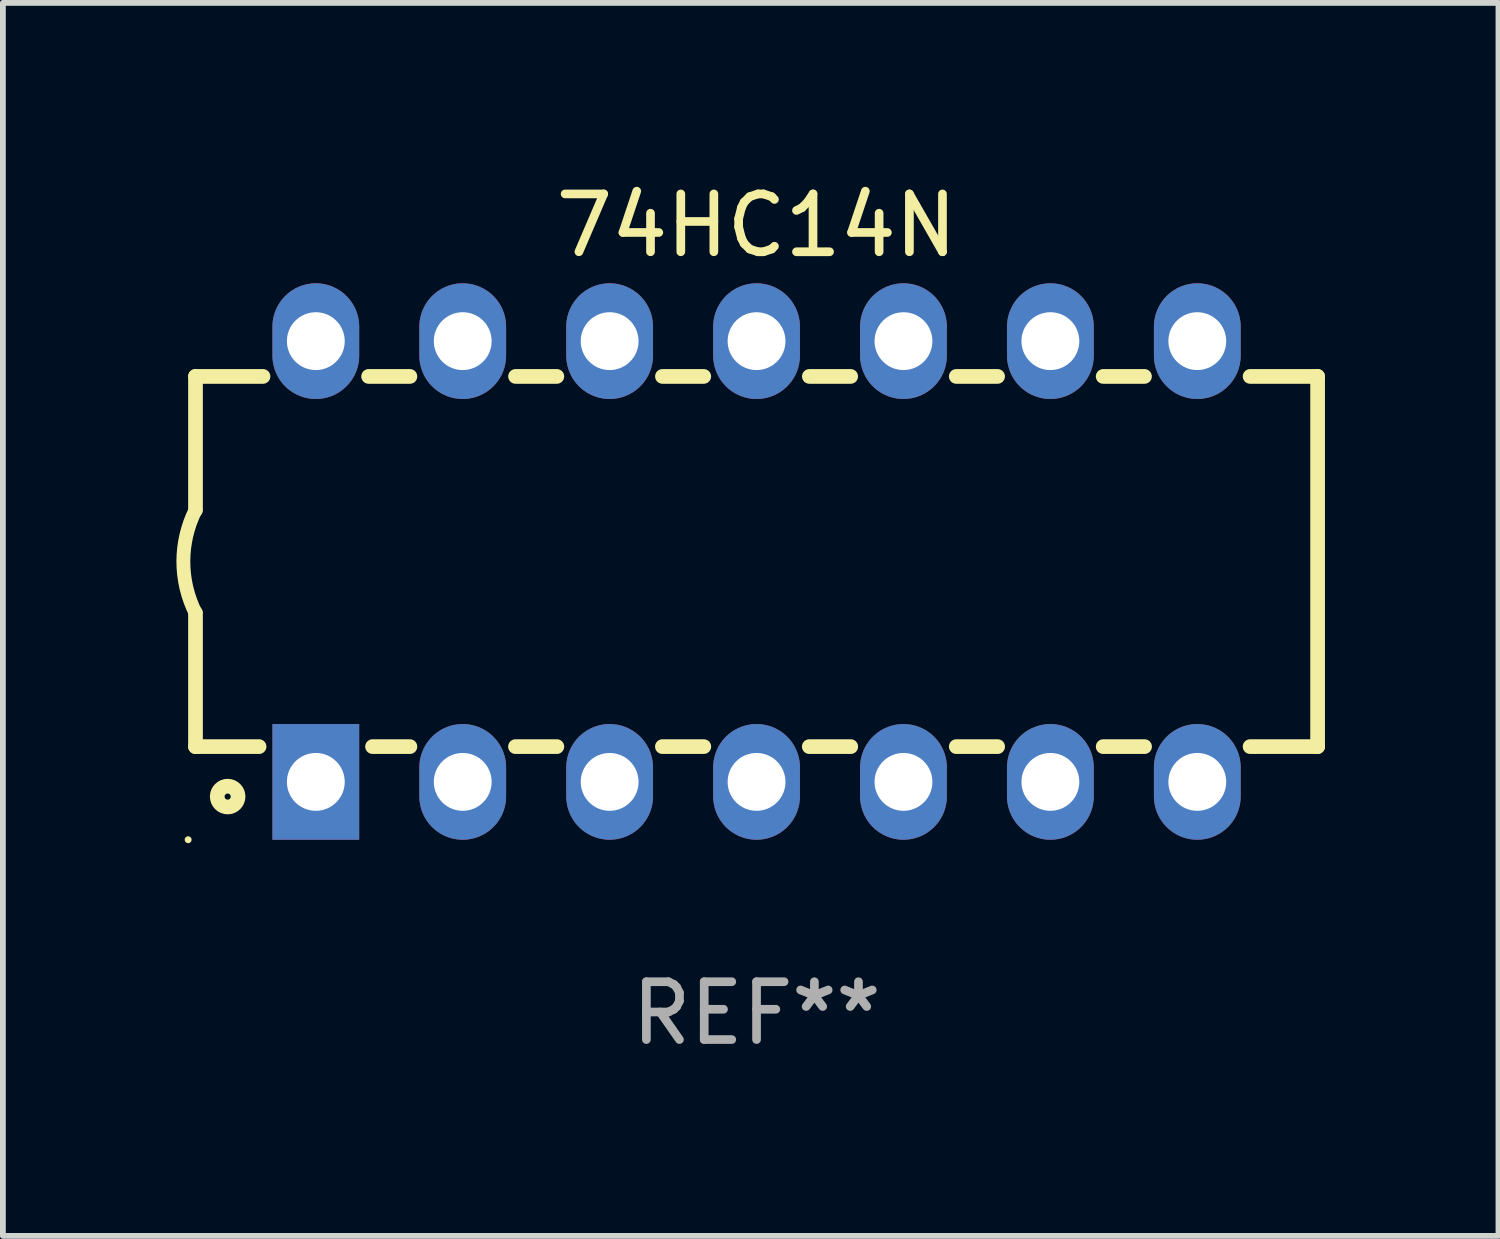
<source format=kicad_pcb>
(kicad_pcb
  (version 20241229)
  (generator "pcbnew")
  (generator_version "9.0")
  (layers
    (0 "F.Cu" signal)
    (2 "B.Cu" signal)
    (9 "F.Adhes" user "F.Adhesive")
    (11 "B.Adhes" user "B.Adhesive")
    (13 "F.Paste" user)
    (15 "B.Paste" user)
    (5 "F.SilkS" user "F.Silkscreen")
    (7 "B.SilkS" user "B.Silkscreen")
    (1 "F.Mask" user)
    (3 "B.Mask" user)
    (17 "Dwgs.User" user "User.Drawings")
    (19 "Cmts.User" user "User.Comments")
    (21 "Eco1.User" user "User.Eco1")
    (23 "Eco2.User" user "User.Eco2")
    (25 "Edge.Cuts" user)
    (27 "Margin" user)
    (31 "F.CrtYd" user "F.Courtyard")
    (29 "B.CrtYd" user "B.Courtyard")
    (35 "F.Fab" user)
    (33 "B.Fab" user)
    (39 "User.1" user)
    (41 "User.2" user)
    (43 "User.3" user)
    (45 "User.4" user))
  (footprint "74HC14N"
    (layer "F.Cu")
    (at 10.03 6.658)
    (property "Reference" "74HC14N" (at 0 -5.81 0) (layer "F.SilkS") (effects (font (size 1 1) (thickness 0.15))))
    (attr through_hole)
    (fp_line (start -9.7 -3.2) (end -9.7 -0.889) (stroke (width 0.254) (type solid)) (layer "F.SilkS"))
    (fp_line (start -9.7 -3.2) (end -8.533 -3.2) (stroke (width 0.254) (type solid)) (layer "F.SilkS"))
    (fp_line (start -9.7 3.2) (end -9.7 0.889) (stroke (width 0.254) (type solid)) (layer "F.SilkS"))
    (fp_line (start -9.7 3.2) (end -8.601 3.2) (stroke (width 0.254) (type solid)) (layer "F.SilkS"))
    (fp_line (start -6.707 -3.2) (end -5.993 -3.2) (stroke (width 0.254) (type solid)) (layer "F.SilkS"))
    (fp_line (start -6.639 3.2) (end -5.993 3.2) (stroke (width 0.254) (type solid)) (layer "F.SilkS"))
    (fp_line (start -4.168 3.2) (end -3.453 3.2) (stroke (width 0.254) (type solid)) (layer "F.SilkS"))
    (fp_line (start -4.167 -3.2) (end -3.453 -3.2) (stroke (width 0.254) (type solid)) (layer "F.SilkS"))
    (fp_line (start -1.628 3.2) (end -0.912 3.2) (stroke (width 0.254) (type solid)) (layer "F.SilkS"))
    (fp_line (start -1.627 -3.2) (end -0.913 -3.2) (stroke (width 0.254) (type solid)) (layer "F.SilkS"))
    (fp_line (start 0.912 3.2) (end 1.628 3.2) (stroke (width 0.254) (type solid)) (layer "F.SilkS"))
    (fp_line (start 0.913 -3.2) (end 1.627 -3.2) (stroke (width 0.254) (type solid)) (layer "F.SilkS"))
    (fp_line (start 3.453 3.2) (end 4.168 3.2) (stroke (width 0.254) (type solid)) (layer "F.SilkS"))
    (fp_line (start 3.453 -3.2) (end 4.167 -3.2) (stroke (width 0.254) (type solid)) (layer "F.SilkS"))
    (fp_line (start 5.993 3.2) (end 6.708 3.2) (stroke (width 0.254) (type solid)) (layer "F.SilkS"))
    (fp_line (start 5.993 -3.2) (end 6.707 -3.2) (stroke (width 0.254) (type solid)) (layer "F.SilkS"))
    (fp_line (start 8.533 3.2) (end 9.7 3.2) (stroke (width 0.254) (type solid)) (layer "F.SilkS"))
    (fp_line (start 8.533 -3.2) (end 9.7 -3.2) (stroke (width 0.254) (type solid)) (layer "F.SilkS"))
    (fp_line (start 9.7 3.2) (end 9.7 -3.2) (stroke (width 0.254) (type solid)) (layer "F.SilkS"))
    (fp_arc (start -9.699822 0.889002) (mid -9.909826 0.000048) (end -9.700229 -0.889002) (stroke (width 0.240005) (type solid)) (layer "F.SilkS"))
    (fp_circle (center -9.827 4.81) (end -9.797 4.81) (stroke (width 0.06) (type solid)) (fill no) (layer "F.SilkS"))
    (fp_circle (center -9.144 4.064) (end -8.964 4.064) (stroke (width 0.254) (type solid)) (fill no) (layer "F.SilkS"))
    (fp_text user "REF**" (at 0 7.81 0) (layer "F.Fab") (effects (font (size 1 1) (thickness 0.15))))
    (pad "1" thru_hole rect (at -7.62 3.81 90) (size 2 1.5) (drill 1) (layers "*.Cu" "*.Mask"))
    (pad "2" thru_hole oval (at -5.08 3.81 90) (size 2 1.5) (drill 1) (layers "*.Cu" "*.Mask"))
    (pad "3" thru_hole oval (at -2.54 3.81 90) (size 2 1.5) (drill 1) (layers "*.Cu" "*.Mask"))
    (pad "4" thru_hole oval (at 0 3.81 90) (size 2 1.5) (drill 1) (layers "*.Cu" "*.Mask"))
    (pad "5" thru_hole oval (at 2.54 3.81 90) (size 2 1.5) (drill 1) (layers "*.Cu" "*.Mask"))
    (pad "6" thru_hole oval (at 5.08 3.81 90) (size 2 1.5) (drill 1) (layers "*.Cu" "*.Mask"))
    (pad "7" thru_hole oval (at 7.62 3.81 90) (size 2 1.5) (drill 1) (layers "*.Cu" "*.Mask"))
    (pad "8" thru_hole oval (at 7.62 -3.81 90) (size 2 1.5) (drill 1) (layers "*.Cu" "*.Mask"))
    (pad "9" thru_hole oval (at 5.08 -3.81 90) (size 2 1.5) (drill 1) (layers "*.Cu" "*.Mask"))
    (pad "10" thru_hole oval (at 2.54 -3.81 90) (size 2 1.5) (drill 1) (layers "*.Cu" "*.Mask"))
    (pad "11" thru_hole oval (at 0 -3.81 90) (size 2 1.5) (drill 1) (layers "*.Cu" "*.Mask"))
    (pad "12" thru_hole oval (at -2.54 -3.81 90) (size 2 1.5) (drill 1) (layers "*.Cu" "*.Mask"))
    (pad "13" thru_hole oval (at -5.08 -3.81 90) (size 2 1.5) (drill 1) (layers "*.Cu" "*.Mask"))
    (pad "14" thru_hole oval (at -7.62 -3.81 90) (size 2 1.5) (drill 1) (layers "*.Cu" "*.Mask")))
  (gr_rect
    (start -3 -3)
    (end 22.857 18.317)
    (stroke (width 0.1) (type default))
    (fill no)
    (layer "Edge.Cuts")))
</source>
